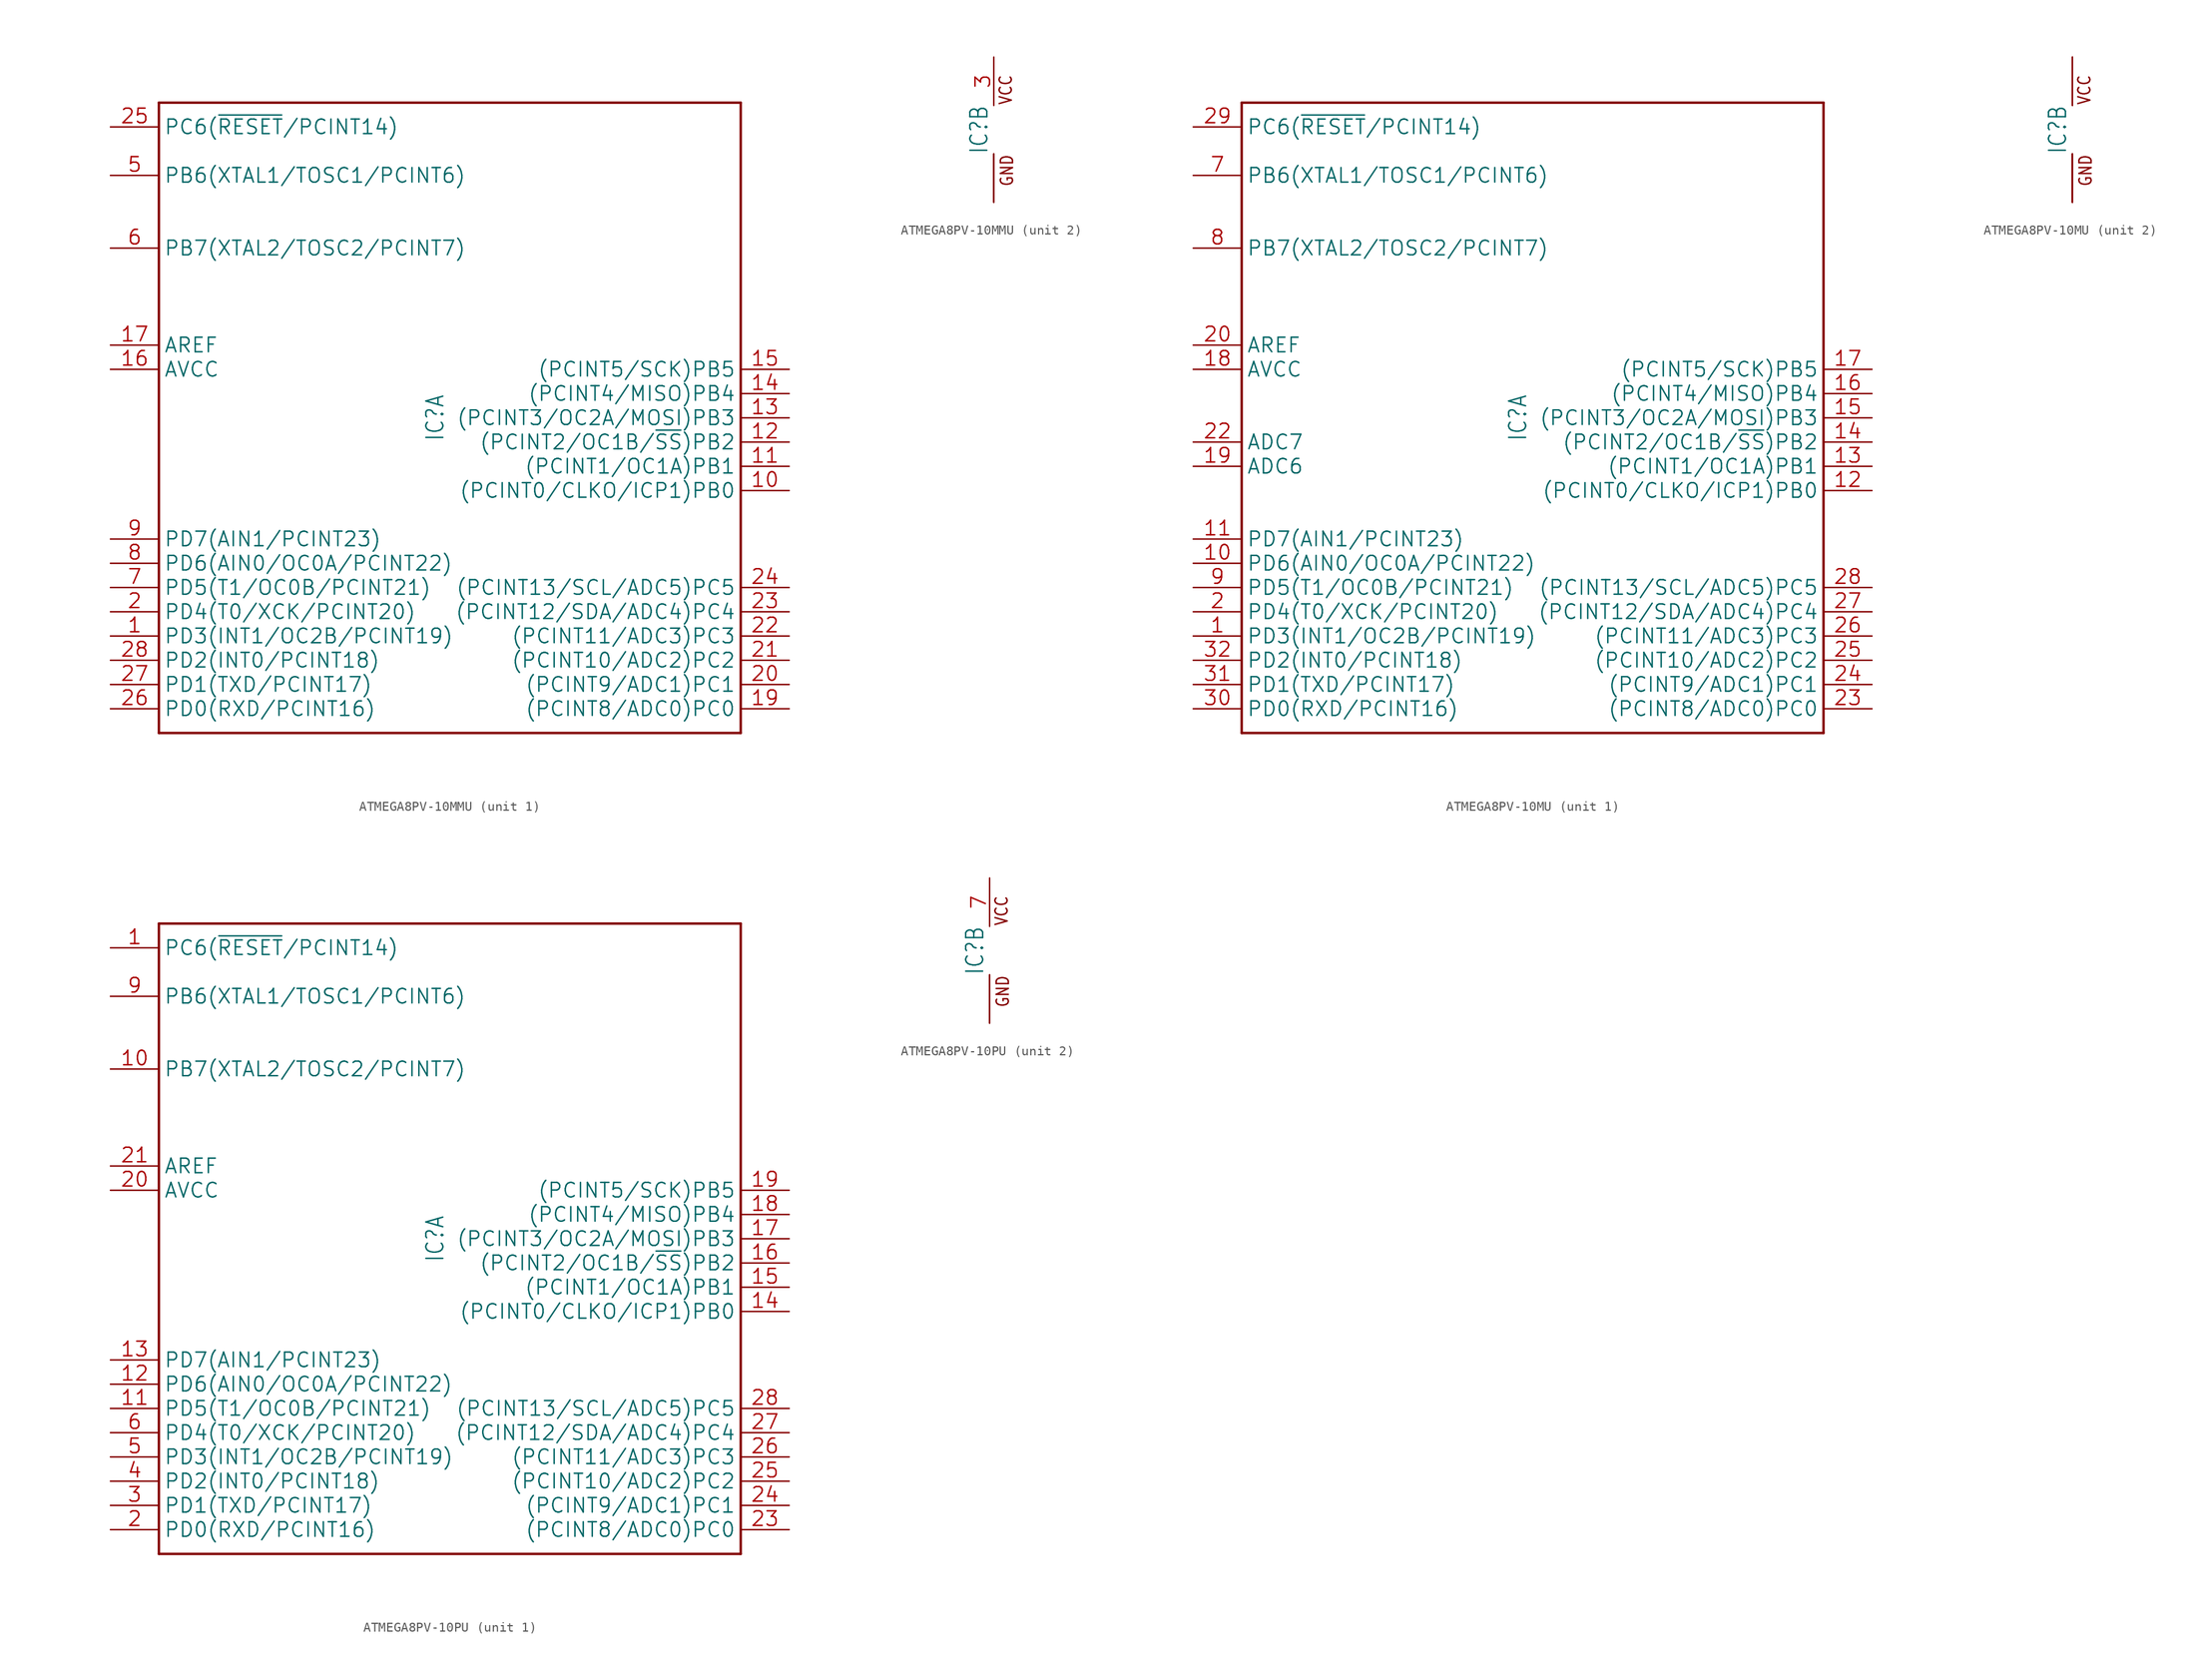
<source format=kicad_sym>
(kicad_symbol_lib
  (version 20241209)
  (generator "kicad_symbol_editor")
  (generator_version "9.0")
  (symbol "ATMEGA8PV-10MMU"
    (property "Reference" "IC"
      (at -0.508 0 90)
      (effects (font (size 1.778 1.511)) (justify bottom)))
    (property "ki_locked" ""
      (at 0 0 0)
      (effects (font (size 1.27 1.27))))
    (symbol "ATMEGA8PV-10MMU_1_0"
      (polyline (pts (xy -30.48 33.02) (xy 30.48 33.02)) (stroke (width 0.254) (type solid)) (fill (type none)))
      (polyline (pts (xy -30.48 -33.02) (xy -30.48 33.02)) (stroke (width 0.254) (type solid)) (fill (type none)))
      (polyline (pts (xy 30.48 33.02) (xy 30.48 -33.02)) (stroke (width 0.254) (type solid)) (fill (type none)))
      (polyline (pts (xy 30.48 -33.02) (xy -30.48 -33.02)) (stroke (width 0.254) (type solid)) (fill (type none)))
      (pin bidirectional line (at -35.56 30.48 0) (length 5.08) (name "PC6(~{RESET}/PCINT14)" (effects (font (size 1.524 1.524)))) (number "25" (effects (font (size 1.524 1.524)))))
      (pin bidirectional line (at -35.56 25.4 0) (length 5.08) (name "PB6(XTAL1/TOSC1/PCINT6)" (effects (font (size 1.524 1.524)))) (number "5" (effects (font (size 1.524 1.524)))))
      (pin bidirectional line (at -35.56 17.78 0) (length 5.08) (name "PB7(XTAL2/TOSC2/PCINT7)" (effects (font (size 1.524 1.524)))) (number "6" (effects (font (size 1.524 1.524)))))
      (pin passive line (at -35.56 7.62 0) (length 5.08) (name "AREF" (effects (font (size 1.524 1.524)))) (number "17" (effects (font (size 1.524 1.524)))))
      (pin power_in line (at -35.56 5.08 0) (length 5.08) (name "AVCC" (effects (font (size 1.524 1.524)))) (number "16" (effects (font (size 1.524 1.524)))))
      (pin bidirectional line (at -35.56 -12.7 0) (length 5.08) (name "PD7(AIN1/PCINT23)" (effects (font (size 1.524 1.524)))) (number "9" (effects (font (size 1.524 1.524)))))
      (pin bidirectional line (at -35.56 -15.24 0) (length 5.08) (name "PD6(AIN0/OC0A/PCINT22)" (effects (font (size 1.524 1.524)))) (number "8" (effects (font (size 1.524 1.524)))))
      (pin bidirectional line (at -35.56 -17.78 0) (length 5.08) (name "PD5(T1/OC0B/PCINT21)" (effects (font (size 1.524 1.524)))) (number "7" (effects (font (size 1.524 1.524)))))
      (pin bidirectional line (at -35.56 -20.32 0) (length 5.08) (name "PD4(T0/XCK/PCINT20)" (effects (font (size 1.524 1.524)))) (number "2" (effects (font (size 1.524 1.524)))))
      (pin bidirectional line (at -35.56 -22.86 0) (length 5.08) (name "PD3(INT1/OC2B/PCINT19)" (effects (font (size 1.524 1.524)))) (number "1" (effects (font (size 1.524 1.524)))))
      (pin bidirectional line (at -35.56 -25.4 0) (length 5.08) (name "PD2(INT0/PCINT18)" (effects (font (size 1.524 1.524)))) (number "28" (effects (font (size 1.524 1.524)))))
      (pin bidirectional line (at -35.56 -27.94 0) (length 5.08) (name "PD1(TXD/PCINT17)" (effects (font (size 1.524 1.524)))) (number "27" (effects (font (size 1.524 1.524)))))
      (pin bidirectional line (at -35.56 -30.48 0) (length 5.08) (name "PD0(RXD/PCINT16)" (effects (font (size 1.524 1.524)))) (number "26" (effects (font (size 1.524 1.524)))))
      (pin bidirectional line (at 35.56 5.08 180) (length 5.08) (name "(PCINT5/SCK)PB5" (effects (font (size 1.524 1.524)))) (number "15" (effects (font (size 1.524 1.524)))))
      (pin bidirectional line (at 35.56 2.54 180) (length 5.08) (name "(PCINT4/MISO)PB4" (effects (font (size 1.524 1.524)))) (number "14" (effects (font (size 1.524 1.524)))))
      (pin bidirectional line (at 35.56 0 180) (length 5.08) (name "(PCINT3/OC2A/MOSI)PB3" (effects (font (size 1.524 1.524)))) (number "13" (effects (font (size 1.524 1.524)))))
      (pin bidirectional line (at 35.56 -2.54 180) (length 5.08) (name "(PCINT2/OC1B/~{SS})PB2" (effects (font (size 1.524 1.524)))) (number "12" (effects (font (size 1.524 1.524)))))
      (pin bidirectional line (at 35.56 -5.08 180) (length 5.08) (name "(PCINT1/OC1A)PB1" (effects (font (size 1.524 1.524)))) (number "11" (effects (font (size 1.524 1.524)))))
      (pin bidirectional line (at 35.56 -7.62 180) (length 5.08) (name "(PCINT0/CLKO/ICP1)PB0" (effects (font (size 1.524 1.524)))) (number "10" (effects (font (size 1.524 1.524)))))
      (pin bidirectional line (at 35.56 -17.78 180) (length 5.08) (name "(PCINT13/SCL/ADC5)PC5" (effects (font (size 1.524 1.524)))) (number "24" (effects (font (size 1.524 1.524)))))
      (pin bidirectional line (at 35.56 -20.32 180) (length 5.08) (name "(PCINT12/SDA/ADC4)PC4" (effects (font (size 1.524 1.524)))) (number "23" (effects (font (size 1.524 1.524)))))
      (pin bidirectional line (at 35.56 -22.86 180) (length 5.08) (name "(PCINT11/ADC3)PC3" (effects (font (size 1.524 1.524)))) (number "22" (effects (font (size 1.524 1.524)))))
      (pin bidirectional line (at 35.56 -25.4 180) (length 5.08) (name "(PCINT10/ADC2)PC2" (effects (font (size 1.524 1.524)))) (number "21" (effects (font (size 1.524 1.524)))))
      (pin bidirectional line (at 35.56 -27.94 180) (length 5.08) (name "(PCINT9/ADC1)PC1" (effects (font (size 1.524 1.524)))) (number "20" (effects (font (size 1.524 1.524)))))
      (pin bidirectional line (at 35.56 -30.48 180) (length 5.08) (name "(PCINT8/ADC0)PC0" (effects (font (size 1.524 1.524)))) (number "19" (effects (font (size 1.524 1.524))))))
    (symbol "ATMEGA8PV-10MMU_2_0"
      (text "VCC" (at 0.508 2.54 900) (effects (font (size 1.27 1.079)) (justify left top)))
      (text "GND" (at 0.635 -2.54 900) (effects (font (size 1.27 1.079)) (justify right top)))
      (pin power_in line (at 0 7.62 270) (length 5.08) (name "VCC" (effects (font (size 0 0)))) (number "3" (effects (font (size 1.524 1.524)))))
      (pin power_in line (at 0 -7.62 90) (length 5.08) (name "GND" (effects (font (size 0 0)))) (number "18" (effects (font (size 0 0)))))
      (pin power_in line (at 0 -7.62 90) (length 5.08) (name "GND" (effects (font (size 0 0)))) (number "4" (effects (font (size 0 0)))))
      (pin power_in line (at 0 -7.62 90) (length 5.08) (name "GND" (effects (font (size 0 0)))) (number "EXP" (effects (font (size 0 0)))))))
  (symbol "ATMEGA8PV-10MU"
    (property "Reference" "IC"
      (at -0.508 0 90)
      (effects (font (size 1.778 1.511)) (justify bottom)))
    (property "ki_locked" ""
      (at 0 0 0)
      (effects (font (size 1.27 1.27))))
    (symbol "ATMEGA8PV-10MU_1_0"
      (polyline (pts (xy -30.48 33.02) (xy 30.48 33.02)) (stroke (width 0.254) (type solid)) (fill (type none)))
      (polyline (pts (xy -30.48 -33.02) (xy -30.48 33.02)) (stroke (width 0.254) (type solid)) (fill (type none)))
      (polyline (pts (xy 30.48 33.02) (xy 30.48 -33.02)) (stroke (width 0.254) (type solid)) (fill (type none)))
      (polyline (pts (xy 30.48 -33.02) (xy -30.48 -33.02)) (stroke (width 0.254) (type solid)) (fill (type none)))
      (pin bidirectional line (at -35.56 30.48 0) (length 5.08) (name "PC6(~{RESET}/PCINT14)" (effects (font (size 1.524 1.524)))) (number "29" (effects (font (size 1.524 1.524)))))
      (pin bidirectional line (at -35.56 25.4 0) (length 5.08) (name "PB6(XTAL1/TOSC1/PCINT6)" (effects (font (size 1.524 1.524)))) (number "7" (effects (font (size 1.524 1.524)))))
      (pin bidirectional line (at -35.56 17.78 0) (length 5.08) (name "PB7(XTAL2/TOSC2/PCINT7)" (effects (font (size 1.524 1.524)))) (number "8" (effects (font (size 1.524 1.524)))))
      (pin passive line (at -35.56 7.62 0) (length 5.08) (name "AREF" (effects (font (size 1.524 1.524)))) (number "20" (effects (font (size 1.524 1.524)))))
      (pin power_in line (at -35.56 5.08 0) (length 5.08) (name "AVCC" (effects (font (size 1.524 1.524)))) (number "18" (effects (font (size 1.524 1.524)))))
      (pin bidirectional line (at -35.56 -2.54 0) (length 5.08) (name "ADC7" (effects (font (size 1.524 1.524)))) (number "22" (effects (font (size 1.524 1.524)))))
      (pin bidirectional line (at -35.56 -5.08 0) (length 5.08) (name "ADC6" (effects (font (size 1.524 1.524)))) (number "19" (effects (font (size 1.524 1.524)))))
      (pin bidirectional line (at -35.56 -12.7 0) (length 5.08) (name "PD7(AIN1/PCINT23)" (effects (font (size 1.524 1.524)))) (number "11" (effects (font (size 1.524 1.524)))))
      (pin bidirectional line (at -35.56 -15.24 0) (length 5.08) (name "PD6(AIN0/OC0A/PCINT22)" (effects (font (size 1.524 1.524)))) (number "10" (effects (font (size 1.524 1.524)))))
      (pin bidirectional line (at -35.56 -17.78 0) (length 5.08) (name "PD5(T1/OC0B/PCINT21)" (effects (font (size 1.524 1.524)))) (number "9" (effects (font (size 1.524 1.524)))))
      (pin bidirectional line (at -35.56 -20.32 0) (length 5.08) (name "PD4(T0/XCK/PCINT20)" (effects (font (size 1.524 1.524)))) (number "2" (effects (font (size 1.524 1.524)))))
      (pin bidirectional line (at -35.56 -22.86 0) (length 5.08) (name "PD3(INT1/OC2B/PCINT19)" (effects (font (size 1.524 1.524)))) (number "1" (effects (font (size 1.524 1.524)))))
      (pin bidirectional line (at -35.56 -25.4 0) (length 5.08) (name "PD2(INT0/PCINT18)" (effects (font (size 1.524 1.524)))) (number "32" (effects (font (size 1.524 1.524)))))
      (pin bidirectional line (at -35.56 -27.94 0) (length 5.08) (name "PD1(TXD/PCINT17)" (effects (font (size 1.524 1.524)))) (number "31" (effects (font (size 1.524 1.524)))))
      (pin bidirectional line (at -35.56 -30.48 0) (length 5.08) (name "PD0(RXD/PCINT16)" (effects (font (size 1.524 1.524)))) (number "30" (effects (font (size 1.524 1.524)))))
      (pin bidirectional line (at 35.56 5.08 180) (length 5.08) (name "(PCINT5/SCK)PB5" (effects (font (size 1.524 1.524)))) (number "17" (effects (font (size 1.524 1.524)))))
      (pin bidirectional line (at 35.56 2.54 180) (length 5.08) (name "(PCINT4/MISO)PB4" (effects (font (size 1.524 1.524)))) (number "16" (effects (font (size 1.524 1.524)))))
      (pin bidirectional line (at 35.56 0 180) (length 5.08) (name "(PCINT3/OC2A/MOSI)PB3" (effects (font (size 1.524 1.524)))) (number "15" (effects (font (size 1.524 1.524)))))
      (pin bidirectional line (at 35.56 -2.54 180) (length 5.08) (name "(PCINT2/OC1B/~{SS})PB2" (effects (font (size 1.524 1.524)))) (number "14" (effects (font (size 1.524 1.524)))))
      (pin bidirectional line (at 35.56 -5.08 180) (length 5.08) (name "(PCINT1/OC1A)PB1" (effects (font (size 1.524 1.524)))) (number "13" (effects (font (size 1.524 1.524)))))
      (pin bidirectional line (at 35.56 -7.62 180) (length 5.08) (name "(PCINT0/CLKO/ICP1)PB0" (effects (font (size 1.524 1.524)))) (number "12" (effects (font (size 1.524 1.524)))))
      (pin bidirectional line (at 35.56 -17.78 180) (length 5.08) (name "(PCINT13/SCL/ADC5)PC5" (effects (font (size 1.524 1.524)))) (number "28" (effects (font (size 1.524 1.524)))))
      (pin bidirectional line (at 35.56 -20.32 180) (length 5.08) (name "(PCINT12/SDA/ADC4)PC4" (effects (font (size 1.524 1.524)))) (number "27" (effects (font (size 1.524 1.524)))))
      (pin bidirectional line (at 35.56 -22.86 180) (length 5.08) (name "(PCINT11/ADC3)PC3" (effects (font (size 1.524 1.524)))) (number "26" (effects (font (size 1.524 1.524)))))
      (pin bidirectional line (at 35.56 -25.4 180) (length 5.08) (name "(PCINT10/ADC2)PC2" (effects (font (size 1.524 1.524)))) (number "25" (effects (font (size 1.524 1.524)))))
      (pin bidirectional line (at 35.56 -27.94 180) (length 5.08) (name "(PCINT9/ADC1)PC1" (effects (font (size 1.524 1.524)))) (number "24" (effects (font (size 1.524 1.524)))))
      (pin bidirectional line (at 35.56 -30.48 180) (length 5.08) (name "(PCINT8/ADC0)PC0" (effects (font (size 1.524 1.524)))) (number "23" (effects (font (size 1.524 1.524))))))
    (symbol "ATMEGA8PV-10MU_2_0"
      (text "VCC" (at 0.508 2.54 900) (effects (font (size 1.27 1.079)) (justify left top)))
      (text "GND" (at 0.635 -2.54 900) (effects (font (size 1.27 1.079)) (justify right top)))
      (pin power_in line (at 0 7.62 270) (length 5.08) (name "VCC" (effects (font (size 0 0)))) (number "4" (effects (font (size 0 0)))))
      (pin power_in line (at 0 7.62 270) (length 5.08) (name "VCC" (effects (font (size 0 0)))) (number "6" (effects (font (size 0 0)))))
      (pin power_in line (at 0 -7.62 90) (length 5.08) (name "GND" (effects (font (size 0 0)))) (number "21" (effects (font (size 0 0)))))
      (pin power_in line (at 0 -7.62 90) (length 5.08) (name "GND" (effects (font (size 0 0)))) (number "3" (effects (font (size 0 0)))))
      (pin power_in line (at 0 -7.62 90) (length 5.08) (name "GND" (effects (font (size 0 0)))) (number "5" (effects (font (size 0 0)))))
      (pin power_in line (at 0 -7.62 90) (length 5.08) (name "GND" (effects (font (size 0 0)))) (number "EXP" (effects (font (size 0 0)))))))
  (symbol "ATMEGA8PV-10PU"
    (property "Reference" "IC"
      (at -0.508 0 90)
      (effects (font (size 1.778 1.511)) (justify bottom)))
    (property "ki_locked" ""
      (at 0 0 0)
      (effects (font (size 1.27 1.27))))
    (symbol "ATMEGA8PV-10PU_1_0"
      (polyline (pts (xy -30.48 33.02) (xy 30.48 33.02)) (stroke (width 0.254) (type solid)) (fill (type none)))
      (polyline (pts (xy -30.48 -33.02) (xy -30.48 33.02)) (stroke (width 0.254) (type solid)) (fill (type none)))
      (polyline (pts (xy 30.48 33.02) (xy 30.48 -33.02)) (stroke (width 0.254) (type solid)) (fill (type none)))
      (polyline (pts (xy 30.48 -33.02) (xy -30.48 -33.02)) (stroke (width 0.254) (type solid)) (fill (type none)))
      (pin bidirectional line (at -35.56 30.48 0) (length 5.08) (name "PC6(~{RESET}/PCINT14)" (effects (font (size 1.524 1.524)))) (number "1" (effects (font (size 1.524 1.524)))))
      (pin bidirectional line (at -35.56 25.4 0) (length 5.08) (name "PB6(XTAL1/TOSC1/PCINT6)" (effects (font (size 1.524 1.524)))) (number "9" (effects (font (size 1.524 1.524)))))
      (pin bidirectional line (at -35.56 17.78 0) (length 5.08) (name "PB7(XTAL2/TOSC2/PCINT7)" (effects (font (size 1.524 1.524)))) (number "10" (effects (font (size 1.524 1.524)))))
      (pin passive line (at -35.56 7.62 0) (length 5.08) (name "AREF" (effects (font (size 1.524 1.524)))) (number "21" (effects (font (size 1.524 1.524)))))
      (pin power_in line (at -35.56 5.08 0) (length 5.08) (name "AVCC" (effects (font (size 1.524 1.524)))) (number "20" (effects (font (size 1.524 1.524)))))
      (pin bidirectional line (at -35.56 -12.7 0) (length 5.08) (name "PD7(AIN1/PCINT23)" (effects (font (size 1.524 1.524)))) (number "13" (effects (font (size 1.524 1.524)))))
      (pin bidirectional line (at -35.56 -15.24 0) (length 5.08) (name "PD6(AIN0/OC0A/PCINT22)" (effects (font (size 1.524 1.524)))) (number "12" (effects (font (size 1.524 1.524)))))
      (pin bidirectional line (at -35.56 -17.78 0) (length 5.08) (name "PD5(T1/OC0B/PCINT21)" (effects (font (size 1.524 1.524)))) (number "11" (effects (font (size 1.524 1.524)))))
      (pin bidirectional line (at -35.56 -20.32 0) (length 5.08) (name "PD4(T0/XCK/PCINT20)" (effects (font (size 1.524 1.524)))) (number "6" (effects (font (size 1.524 1.524)))))
      (pin bidirectional line (at -35.56 -22.86 0) (length 5.08) (name "PD3(INT1/OC2B/PCINT19)" (effects (font (size 1.524 1.524)))) (number "5" (effects (font (size 1.524 1.524)))))
      (pin bidirectional line (at -35.56 -25.4 0) (length 5.08) (name "PD2(INT0/PCINT18)" (effects (font (size 1.524 1.524)))) (number "4" (effects (font (size 1.524 1.524)))))
      (pin bidirectional line (at -35.56 -27.94 0) (length 5.08) (name "PD1(TXD/PCINT17)" (effects (font (size 1.524 1.524)))) (number "3" (effects (font (size 1.524 1.524)))))
      (pin bidirectional line (at -35.56 -30.48 0) (length 5.08) (name "PD0(RXD/PCINT16)" (effects (font (size 1.524 1.524)))) (number "2" (effects (font (size 1.524 1.524)))))
      (pin bidirectional line (at 35.56 5.08 180) (length 5.08) (name "(PCINT5/SCK)PB5" (effects (font (size 1.524 1.524)))) (number "19" (effects (font (size 1.524 1.524)))))
      (pin bidirectional line (at 35.56 2.54 180) (length 5.08) (name "(PCINT4/MISO)PB4" (effects (font (size 1.524 1.524)))) (number "18" (effects (font (size 1.524 1.524)))))
      (pin bidirectional line (at 35.56 0 180) (length 5.08) (name "(PCINT3/OC2A/MOSI)PB3" (effects (font (size 1.524 1.524)))) (number "17" (effects (font (size 1.524 1.524)))))
      (pin bidirectional line (at 35.56 -2.54 180) (length 5.08) (name "(PCINT2/OC1B/~{SS})PB2" (effects (font (size 1.524 1.524)))) (number "16" (effects (font (size 1.524 1.524)))))
      (pin bidirectional line (at 35.56 -5.08 180) (length 5.08) (name "(PCINT1/OC1A)PB1" (effects (font (size 1.524 1.524)))) (number "15" (effects (font (size 1.524 1.524)))))
      (pin bidirectional line (at 35.56 -7.62 180) (length 5.08) (name "(PCINT0/CLKO/ICP1)PB0" (effects (font (size 1.524 1.524)))) (number "14" (effects (font (size 1.524 1.524)))))
      (pin bidirectional line (at 35.56 -17.78 180) (length 5.08) (name "(PCINT13/SCL/ADC5)PC5" (effects (font (size 1.524 1.524)))) (number "28" (effects (font (size 1.524 1.524)))))
      (pin bidirectional line (at 35.56 -20.32 180) (length 5.08) (name "(PCINT12/SDA/ADC4)PC4" (effects (font (size 1.524 1.524)))) (number "27" (effects (font (size 1.524 1.524)))))
      (pin bidirectional line (at 35.56 -22.86 180) (length 5.08) (name "(PCINT11/ADC3)PC3" (effects (font (size 1.524 1.524)))) (number "26" (effects (font (size 1.524 1.524)))))
      (pin bidirectional line (at 35.56 -25.4 180) (length 5.08) (name "(PCINT10/ADC2)PC2" (effects (font (size 1.524 1.524)))) (number "25" (effects (font (size 1.524 1.524)))))
      (pin bidirectional line (at 35.56 -27.94 180) (length 5.08) (name "(PCINT9/ADC1)PC1" (effects (font (size 1.524 1.524)))) (number "24" (effects (font (size 1.524 1.524)))))
      (pin bidirectional line (at 35.56 -30.48 180) (length 5.08) (name "(PCINT8/ADC0)PC0" (effects (font (size 1.524 1.524)))) (number "23" (effects (font (size 1.524 1.524))))))
    (symbol "ATMEGA8PV-10PU_2_0"
      (text "VCC" (at 0.508 2.54 900) (effects (font (size 1.27 1.079)) (justify left top)))
      (text "GND" (at 0.635 -2.54 900) (effects (font (size 1.27 1.079)) (justify right top)))
      (pin power_in line (at 0 7.62 270) (length 5.08) (name "VCC" (effects (font (size 0 0)))) (number "7" (effects (font (size 1.524 1.524)))))
      (pin power_in line (at 0 -7.62 90) (length 5.08) (name "GND" (effects (font (size 0 0)))) (number "22" (effects (font (size 0 0)))))
      (pin power_in line (at 0 -7.62 90) (length 5.08) (name "GND" (effects (font (size 0 0)))) (number "8" (effects (font (size 0 0))))))))
</source>
